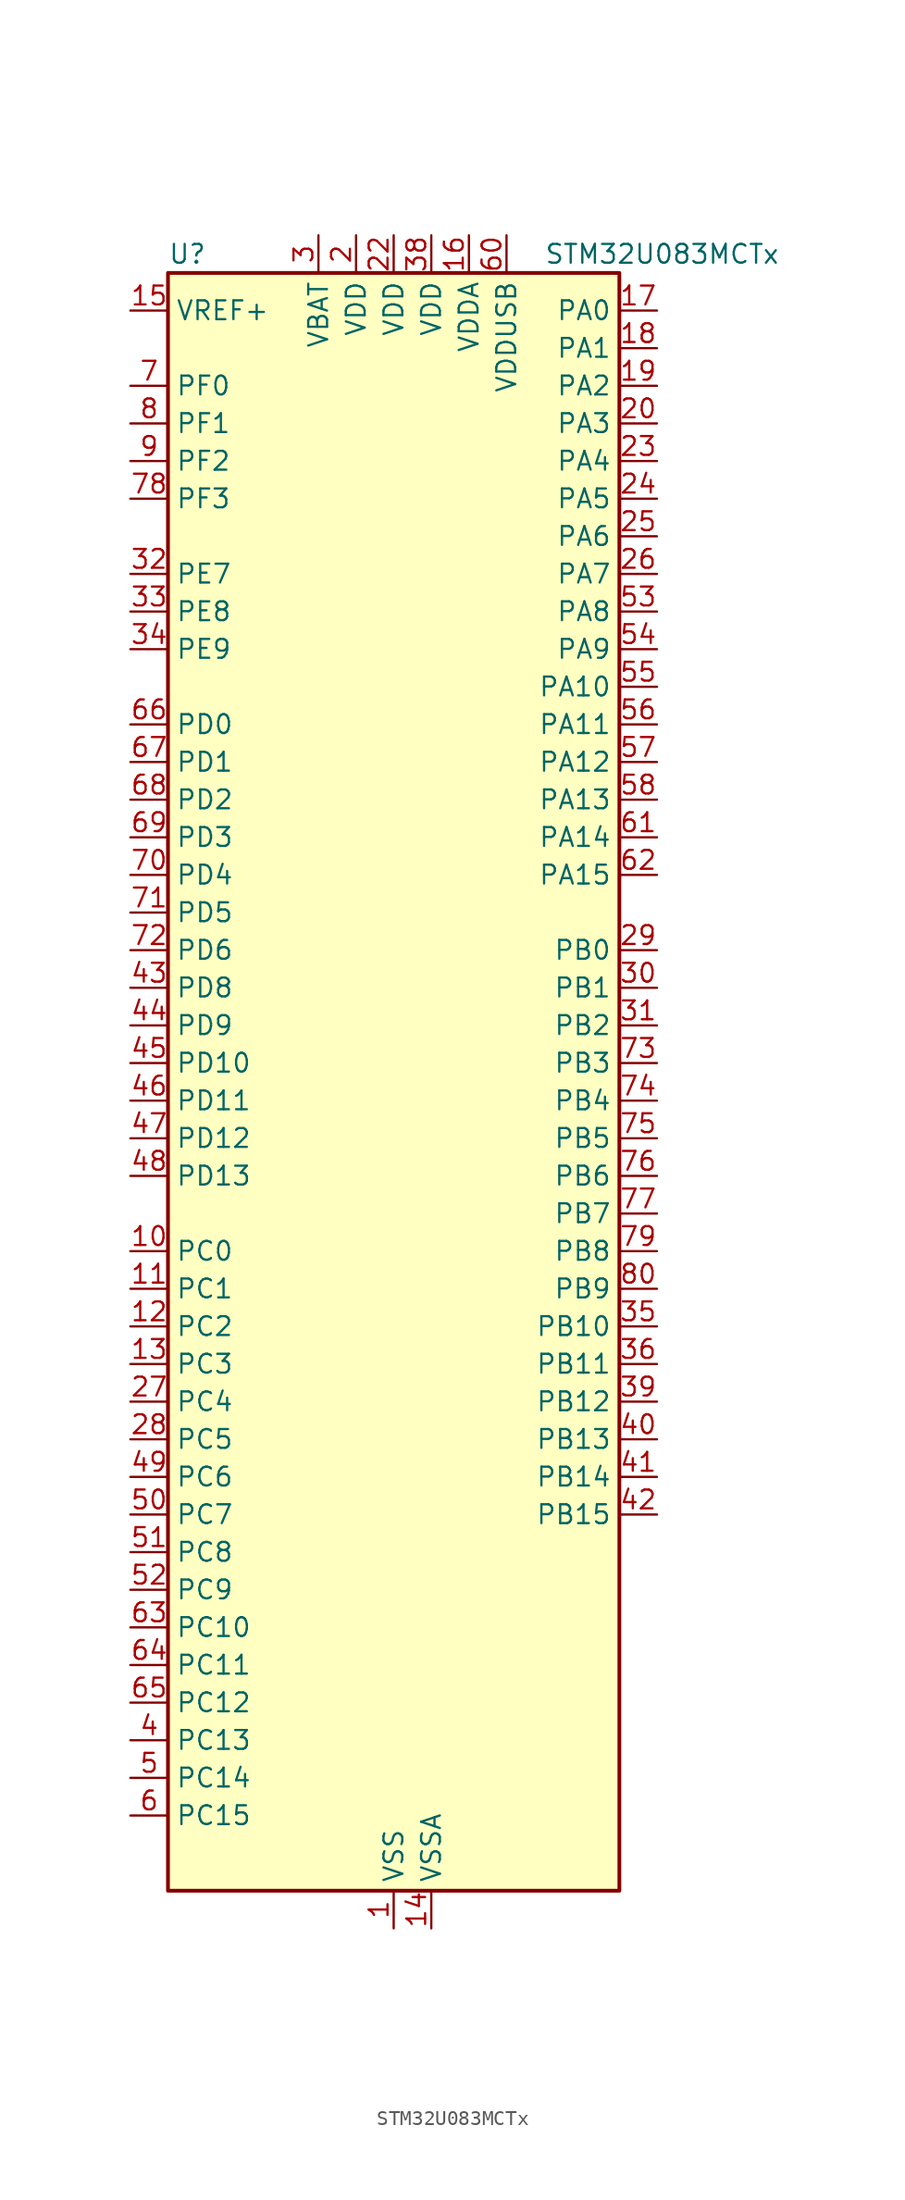
<source format=kicad_sym>
(kicad_symbol_lib
  (version 20231120)
  (generator "kicad_symbol_editor")
  (generator_version "8.99")
  (symbol "STM32U083MCTx"
    (property "Reference" "U"
      (at -15.24 57.15 0)
      (effects (font (size 1.27 1.27)) (justify left)))
    (property "Value" "STM32U083MCTx"
      (at 10.16 57.15 0)
      (effects (font (size 1.27 1.27)) (justify left)))
    (property "ki_locked" ""
      (at 0 0 0)
      (effects (font (size 1.27 1.27))))
    (symbol "STM32U083MCTx_0_1"
      (rectangle (start -15.24 -53.34) (end 15.24 55.88) (stroke (width 0.254) (type default)) (fill (type background))))
    (symbol "STM32U083MCTx_1_1"
      (pin power_in line (at 0 -55.88 90) (length 2.54) (name "VSS" (effects (font (size 1.27 1.27)))) (number "1" (effects (font (size 1.27 1.27)))))
      (pin bidirectional line (at -17.78 -10.16 0) (length 2.54) (name "PC0" (effects (font (size 1.27 1.27)))) (number "10" (effects (font (size 1.27 1.27)))) (alternate "ADC1_IN0" bidirectional line) (alternate "I2C3_SCL" bidirectional line) (alternate "I2C4_SCL" bidirectional line) (alternate "LCD_BIAS1" bidirectional line) (alternate "LCD_SEG18" bidirectional line) (alternate "LPTIM1_IN1" bidirectional line) (alternate "LPTIM2_IN1" bidirectional line) (alternate "LPUART1_RX" bidirectional line) (alternate "LPUART2_TX" bidirectional line))
      (pin bidirectional line (at -17.78 -12.7 0) (length 2.54) (name "PC1" (effects (font (size 1.27 1.27)))) (number "11" (effects (font (size 1.27 1.27)))) (alternate "ADC1_IN1" bidirectional line) (alternate "I2C3_SDA" bidirectional line) (alternate "I2C4_SDA" bidirectional line) (alternate "LCD_BIAS2" bidirectional line) (alternate "LCD_SEG19" bidirectional line) (alternate "LPTIM1_CH1" bidirectional line) (alternate "LPUART1_TX" bidirectional line) (alternate "LPUART2_RX" bidirectional line))
      (pin bidirectional line (at -17.78 -15.24 0) (length 2.54) (name "PC2" (effects (font (size 1.27 1.27)))) (number "12" (effects (font (size 1.27 1.27)))) (alternate "ADC1_IN2" bidirectional line) (alternate "LCD_BIAS3" bidirectional line) (alternate "LCD_SEG20" bidirectional line) (alternate "LPTIM1_IN2" bidirectional line) (alternate "RCC_MCO2" bidirectional line) (alternate "SPI2_MISO" bidirectional line))
      (pin bidirectional line (at -17.78 -17.78 0) (length 2.54) (name "PC3" (effects (font (size 1.27 1.27)))) (number "13" (effects (font (size 1.27 1.27)))) (alternate "ADC1_IN3" bidirectional line) (alternate "LPTIM1_ETR" bidirectional line) (alternate "LPTIM2_ETR" bidirectional line) (alternate "LPTIM3_CH1" bidirectional line) (alternate "SPI2_MOSI" bidirectional line) (alternate "USART4_CK" bidirectional line))
      (pin power_in line (at 2.54 -55.88 90) (length 2.54) (name "VSSA" (effects (font (size 1.27 1.27)))) (number "14" (effects (font (size 1.27 1.27)))))
      (pin input line (at -17.78 53.34 0) (length 2.54) (name "VREF+" (effects (font (size 1.27 1.27)))) (number "15" (effects (font (size 1.27 1.27)))) (alternate "VREFBUF_OUT" bidirectional line))
      (pin power_in line (at 5.08 58.42 270) (length 2.54) (name "VDDA" (effects (font (size 1.27 1.27)))) (number "16" (effects (font (size 1.27 1.27)))))
      (pin bidirectional line (at 17.78 53.34 180) (length 2.54) (name "PA0" (effects (font (size 1.27 1.27)))) (number "17" (effects (font (size 1.27 1.27)))) (alternate "ADC1_IN4" bidirectional line) (alternate "COMP1_INM" bidirectional line) (alternate "COMP1_OUT" bidirectional line) (alternate "LCD_SEG42" bidirectional line) (alternate "OPAMP1_VINP" bidirectional line) (alternate "PWR_WKUP1" bidirectional line) (alternate "TAMP_IN2" bidirectional line) (alternate "TIM2_CH1" bidirectional line) (alternate "TIM2_ETR" bidirectional line) (alternate "USART2_CTS" bidirectional line) (alternate "USART4_TX" bidirectional line))
      (pin bidirectional line (at 17.78 50.8 180) (length 2.54) (name "PA1" (effects (font (size 1.27 1.27)))) (number "18" (effects (font (size 1.27 1.27)))) (alternate "ADC1_IN5" bidirectional line) (alternate "COMP1_INP" bidirectional line) (alternate "LCD_SEG0" bidirectional line) (alternate "LPTIM1_CH2" bidirectional line) (alternate "OPAMP1_VINM" bidirectional line) (alternate "PWR_WKUP3" bidirectional line) (alternate "SPI1_SCK" bidirectional line) (alternate "SPI2_SCK" bidirectional line) (alternate "TAMP_IN5" bidirectional line) (alternate "TIM15_CH1N" bidirectional line) (alternate "TIM2_CH2" bidirectional line) (alternate "USART2_DE" bidirectional line) (alternate "USART2_RTS" bidirectional line) (alternate "USART4_RX" bidirectional line))
      (pin bidirectional line (at 17.78 48.26 180) (length 2.54) (name "PA2" (effects (font (size 1.27 1.27)))) (number "19" (effects (font (size 1.27 1.27)))) (alternate "ADC1_IN6" bidirectional line) (alternate "COMP2_INM" bidirectional line) (alternate "COMP2_OUT" bidirectional line) (alternate "LCD_SEG1" bidirectional line) (alternate "LPUART1_TX" bidirectional line) (alternate "PWR_WKUP4" bidirectional line) (alternate "RCC_LSCO" bidirectional line) (alternate "TIM15_CH1" bidirectional line) (alternate "TIM2_CH3" bidirectional line) (alternate "USART2_TX" bidirectional line))
      (pin power_in line (at -2.54 58.42 270) (length 2.54) (name "VDD" (effects (font (size 1.27 1.27)))) (number "2" (effects (font (size 1.27 1.27)))))
      (pin bidirectional line (at 17.78 45.72 180) (length 2.54) (name "PA3" (effects (font (size 1.27 1.27)))) (number "20" (effects (font (size 1.27 1.27)))) (alternate "ADC1_IN7" bidirectional line) (alternate "COMP2_INP" bidirectional line) (alternate "LCD_SEG2" bidirectional line) (alternate "LPUART1_RX" bidirectional line) (alternate "OPAMP1_VOUT" bidirectional line) (alternate "TIM15_CH2" bidirectional line) (alternate "TIM2_CH4" bidirectional line) (alternate "USART2_RX" bidirectional line))
      (pin passive line (at 0 -55.88 90) (length 2.54) hide (name "VSS" (effects (font (size 1.27 1.27)))) (number "21" (effects (font (size 1.27 1.27)))))
      (pin power_in line (at 0 58.42 270) (length 2.54) (name "VDD" (effects (font (size 1.27 1.27)))) (number "22" (effects (font (size 1.27 1.27)))))
      (pin bidirectional line (at 17.78 43.18 180) (length 2.54) (name "PA4" (effects (font (size 1.27 1.27)))) (number "23" (effects (font (size 1.27 1.27)))) (alternate "ADC1_IN8" bidirectional line) (alternate "COMP1_INM" bidirectional line) (alternate "COMP2_INM" bidirectional line) (alternate "DAC1_OUT1" bidirectional line) (alternate "LCD_SEG43" bidirectional line) (alternate "LPTIM2_CH1" bidirectional line) (alternate "LPUART3_TX" bidirectional line) (alternate "SPI1_NSS" bidirectional line) (alternate "SPI3_NSS" bidirectional line) (alternate "USART2_CK" bidirectional line))
      (pin bidirectional line (at 17.78 40.64 180) (length 2.54) (name "PA5" (effects (font (size 1.27 1.27)))) (number "24" (effects (font (size 1.27 1.27)))) (alternate "ADC1_IN9" bidirectional line) (alternate "COMP1_INM" bidirectional line) (alternate "COMP2_INM" bidirectional line) (alternate "LCD_SEG44" bidirectional line) (alternate "LPTIM2_ETR" bidirectional line) (alternate "LPUART3_RX" bidirectional line) (alternate "SPI1_SCK" bidirectional line) (alternate "TIM2_CH1" bidirectional line) (alternate "TIM2_ETR" bidirectional line) (alternate "USART3_TX" bidirectional line))
      (pin bidirectional line (at 17.78 38.1 180) (length 2.54) (name "PA6" (effects (font (size 1.27 1.27)))) (number "25" (effects (font (size 1.27 1.27)))) (alternate "ADC1_IN10" bidirectional line) (alternate "COMP1_OUT" bidirectional line) (alternate "I2C2_SDA" bidirectional line) (alternate "I2C3_SDA" bidirectional line) (alternate "LCD_SEG3" bidirectional line) (alternate "LPUART1_CTS" bidirectional line) (alternate "SPI1_MISO" bidirectional line) (alternate "TIM16_CH1" bidirectional line) (alternate "TIM1_BKIN" bidirectional line) (alternate "TIM3_CH1" bidirectional line) (alternate "TSC_G5_IO1" bidirectional line) (alternate "USART3_CTS" bidirectional line))
      (pin bidirectional line (at 17.78 35.56 180) (length 2.54) (name "PA7" (effects (font (size 1.27 1.27)))) (number "26" (effects (font (size 1.27 1.27)))) (alternate "ADC1_IN14" bidirectional line) (alternate "COMP2_OUT" bidirectional line) (alternate "I2C2_SCL" bidirectional line) (alternate "I2C3_SCL" bidirectional line) (alternate "LCD_SEG4" bidirectional line) (alternate "LPTIM2_CH2" bidirectional line) (alternate "SPI1_MOSI" bidirectional line) (alternate "TIM1_CH1N" bidirectional line) (alternate "TIM3_CH2" bidirectional line) (alternate "USART3_RX" bidirectional line))
      (pin bidirectional line (at -17.78 -20.32 0) (length 2.54) (name "PC4" (effects (font (size 1.27 1.27)))) (number "27" (effects (font (size 1.27 1.27)))) (alternate "ADC1_IN15" bidirectional line) (alternate "COMP1_INM" bidirectional line) (alternate "LCD_SEG22" bidirectional line) (alternate "LPUART3_TX" bidirectional line) (alternate "USART3_TX" bidirectional line))
      (pin bidirectional line (at -17.78 -22.86 0) (length 2.54) (name "PC5" (effects (font (size 1.27 1.27)))) (number "28" (effects (font (size 1.27 1.27)))) (alternate "ADC1_IN16" bidirectional line) (alternate "COMP1_INP" bidirectional line) (alternate "LCD_SEG23" bidirectional line) (alternate "LPTIM3_CH3" bidirectional line) (alternate "LPUART3_RX" bidirectional line) (alternate "PWR_WKUP5" bidirectional line) (alternate "TAMP_IN4" bidirectional line) (alternate "USART3_RX" bidirectional line))
      (pin bidirectional line (at 17.78 10.16 180) (length 2.54) (name "PB0" (effects (font (size 1.27 1.27)))) (number "29" (effects (font (size 1.27 1.27)))) (alternate "ADC1_IN17" bidirectional line) (alternate "COMP1_OUT" bidirectional line) (alternate "LCD_SEG5" bidirectional line) (alternate "LPTIM3_CH1" bidirectional line) (alternate "LPUART2_CTS" bidirectional line) (alternate "SPI1_NSS" bidirectional line) (alternate "TIM1_CH2N" bidirectional line) (alternate "TIM3_CH3" bidirectional line) (alternate "TSC_G5_IO2" bidirectional line) (alternate "USART3_CK" bidirectional line))
      (pin power_in line (at -5.08 58.42 270) (length 2.54) (name "VBAT" (effects (font (size 1.27 1.27)))) (number "3" (effects (font (size 1.27 1.27)))))
      (pin bidirectional line (at 17.78 7.62 180) (length 2.54) (name "PB1" (effects (font (size 1.27 1.27)))) (number "30" (effects (font (size 1.27 1.27)))) (alternate "ADC1_IN18" bidirectional line) (alternate "COMP1_INM" bidirectional line) (alternate "LCD_SEG6" bidirectional line) (alternate "LPTIM2_IN1" bidirectional line) (alternate "LPTIM3_CH2" bidirectional line) (alternate "LPUART1_DE" bidirectional line) (alternate "LPUART1_RTS" bidirectional line) (alternate "LPUART2_DE" bidirectional line) (alternate "LPUART2_RTS" bidirectional line) (alternate "TIM1_CH3N" bidirectional line) (alternate "TIM3_CH4" bidirectional line) (alternate "TSC_SYNC" bidirectional line) (alternate "USART3_DE" bidirectional line) (alternate "USART3_RTS" bidirectional line))
      (pin bidirectional line (at 17.78 5.08 180) (length 2.54) (name "PB2" (effects (font (size 1.27 1.27)))) (number "31" (effects (font (size 1.27 1.27)))) (alternate "COMP1_INP" bidirectional line) (alternate "LPTIM1_CH1" bidirectional line) (alternate "RTC_OUT2" bidirectional line))
      (pin bidirectional line (at -17.78 35.56 0) (length 2.54) (name "PE7" (effects (font (size 1.27 1.27)))) (number "32" (effects (font (size 1.27 1.27)))) (alternate "LCD_SEG45" bidirectional line) (alternate "TIM1_ETR" bidirectional line))
      (pin bidirectional line (at -17.78 33.02 0) (length 2.54) (name "PE8" (effects (font (size 1.27 1.27)))) (number "33" (effects (font (size 1.27 1.27)))) (alternate "LCD_SEG46" bidirectional line) (alternate "TIM1_CH1N" bidirectional line))
      (pin bidirectional line (at -17.78 30.48 0) (length 2.54) (name "PE9" (effects (font (size 1.27 1.27)))) (number "34" (effects (font (size 1.27 1.27)))) (alternate "DAC1_EXTI9" bidirectional line) (alternate "LCD_SEG47" bidirectional line) (alternate "LPTIM1_CH3" bidirectional line) (alternate "TIM1_CH1" bidirectional line))
      (pin bidirectional line (at 17.78 -15.24 180) (length 2.54) (name "PB10" (effects (font (size 1.27 1.27)))) (number "35" (effects (font (size 1.27 1.27)))) (alternate "COMP1_OUT" bidirectional line) (alternate "I2C2_SCL" bidirectional line) (alternate "I2C4_SCL" bidirectional line) (alternate "LCD_SEG10" bidirectional line) (alternate "LPTIM3_CH1" bidirectional line) (alternate "LPUART1_RX" bidirectional line) (alternate "LPUART2_RX" bidirectional line) (alternate "SPI2_SCK" bidirectional line) (alternate "TIM2_CH3" bidirectional line) (alternate "TSC_G5_IO3" bidirectional line) (alternate "USART3_TX" bidirectional line))
      (pin bidirectional line (at 17.78 -17.78 180) (length 2.54) (name "PB11" (effects (font (size 1.27 1.27)))) (number "36" (effects (font (size 1.27 1.27)))) (alternate "ADC1_EXTI11" bidirectional line) (alternate "COMP2_OUT" bidirectional line) (alternate "I2C2_SDA" bidirectional line) (alternate "I2C4_SDA" bidirectional line) (alternate "LCD_SEG11" bidirectional line) (alternate "LPUART1_TX" bidirectional line) (alternate "LPUART2_TX" bidirectional line) (alternate "TIM2_CH4" bidirectional line) (alternate "TSC_G5_IO4" bidirectional line) (alternate "USART3_RX" bidirectional line))
      (pin passive line (at 0 -55.88 90) (length 2.54) hide (name "VSS" (effects (font (size 1.27 1.27)))) (number "37" (effects (font (size 1.27 1.27)))))
      (pin power_in line (at 2.54 58.42 270) (length 2.54) (name "VDD" (effects (font (size 1.27 1.27)))) (number "38" (effects (font (size 1.27 1.27)))))
      (pin bidirectional line (at 17.78 -20.32 180) (length 2.54) (name "PB12" (effects (font (size 1.27 1.27)))) (number "39" (effects (font (size 1.27 1.27)))) (alternate "LCD_SEG12" bidirectional line) (alternate "LPUART1_DE" bidirectional line) (alternate "LPUART1_RTS" bidirectional line) (alternate "SPI2_NSS" bidirectional line) (alternate "TIM15_BKIN" bidirectional line) (alternate "TIM1_BKIN" bidirectional line) (alternate "TSC_G1_IO1" bidirectional line) (alternate "USART3_CK" bidirectional line))
      (pin bidirectional line (at -17.78 -43.18 0) (length 2.54) (name "PC13" (effects (font (size 1.27 1.27)))) (number "4" (effects (font (size 1.27 1.27)))) (alternate "LPTIM1_CH3" bidirectional line) (alternate "LPTIM3_CH3" bidirectional line) (alternate "PWR_WKUP2" bidirectional line) (alternate "RTC_OUT1" bidirectional line) (alternate "RTC_TS" bidirectional line) (alternate "TAMP_IN1" bidirectional line))
      (pin bidirectional line (at 17.78 -22.86 180) (length 2.54) (name "PB13" (effects (font (size 1.27 1.27)))) (number "40" (effects (font (size 1.27 1.27)))) (alternate "I2C2_SCL" bidirectional line) (alternate "LCD_SEG13" bidirectional line) (alternate "LPTIM3_IN1" bidirectional line) (alternate "LPUART1_CTS" bidirectional line) (alternate "SPI2_SCK" bidirectional line) (alternate "TIM15_CH1N" bidirectional line) (alternate "TIM1_CH1N" bidirectional line) (alternate "TSC_G1_IO2" bidirectional line) (alternate "USART3_CTS" bidirectional line))
      (pin bidirectional line (at 17.78 -25.4 180) (length 2.54) (name "PB14" (effects (font (size 1.27 1.27)))) (number "41" (effects (font (size 1.27 1.27)))) (alternate "I2C2_SDA" bidirectional line) (alternate "LCD_SEG14" bidirectional line) (alternate "LPTIM3_ETR" bidirectional line) (alternate "SPI2_MISO" bidirectional line) (alternate "TIM15_CH1" bidirectional line) (alternate "TIM1_CH2N" bidirectional line) (alternate "TSC_G1_IO3" bidirectional line) (alternate "USART3_DE" bidirectional line) (alternate "USART3_RTS" bidirectional line))
      (pin bidirectional line (at 17.78 -27.94 180) (length 2.54) (name "PB15" (effects (font (size 1.27 1.27)))) (number "42" (effects (font (size 1.27 1.27)))) (alternate "LCD_SEG15" bidirectional line) (alternate "PWR_WKUP7" bidirectional line) (alternate "RTC_REFIN" bidirectional line) (alternate "SPI2_MOSI" bidirectional line) (alternate "TAMP_IN3" bidirectional line) (alternate "TIM15_CH2" bidirectional line) (alternate "TIM1_CH3N" bidirectional line) (alternate "TSC_G1_IO4" bidirectional line))
      (pin bidirectional line (at -17.78 7.62 0) (length 2.54) (name "PD8" (effects (font (size 1.27 1.27)))) (number "43" (effects (font (size 1.27 1.27)))) (alternate "LCD_SEG28" bidirectional line) (alternate "LPUART3_TX" bidirectional line) (alternate "USART3_TX" bidirectional line))
      (pin bidirectional line (at -17.78 5.08 0) (length 2.54) (name "PD9" (effects (font (size 1.27 1.27)))) (number "44" (effects (font (size 1.27 1.27)))) (alternate "DAC1_EXTI9" bidirectional line) (alternate "LCD_SEG29" bidirectional line) (alternate "LPTIM3_IN1" bidirectional line) (alternate "LPUART3_RX" bidirectional line) (alternate "USART3_RX" bidirectional line))
      (pin bidirectional line (at -17.78 2.54 0) (length 2.54) (name "PD10" (effects (font (size 1.27 1.27)))) (number "45" (effects (font (size 1.27 1.27)))) (alternate "COMP2_INP" bidirectional line) (alternate "LCD_SEG30" bidirectional line) (alternate "LPTIM2_CH2" bidirectional line) (alternate "LPTIM3_ETR" bidirectional line) (alternate "TSC_G6_IO1" bidirectional line) (alternate "USART3_CK" bidirectional line))
      (pin bidirectional line (at -17.78 0 0) (length 2.54) (name "PD11" (effects (font (size 1.27 1.27)))) (number "46" (effects (font (size 1.27 1.27)))) (alternate "ADC1_EXTI11" bidirectional line) (alternate "LCD_SEG31" bidirectional line) (alternate "LPTIM2_ETR" bidirectional line) (alternate "LPUART3_CTS" bidirectional line) (alternate "TSC_G6_IO2" bidirectional line) (alternate "USART3_CTS" bidirectional line))
      (pin bidirectional line (at -17.78 -2.54 0) (length 2.54) (name "PD12" (effects (font (size 1.27 1.27)))) (number "47" (effects (font (size 1.27 1.27)))) (alternate "I2C4_SCL" bidirectional line) (alternate "LCD_SEG32" bidirectional line) (alternate "LPTIM2_IN1" bidirectional line) (alternate "LPUART3_DE" bidirectional line) (alternate "LPUART3_RTS" bidirectional line) (alternate "TSC_G6_IO3" bidirectional line) (alternate "USART3_DE" bidirectional line) (alternate "USART3_RTS" bidirectional line))
      (pin bidirectional line (at -17.78 -5.08 0) (length 2.54) (name "PD13" (effects (font (size 1.27 1.27)))) (number "48" (effects (font (size 1.27 1.27)))) (alternate "I2C4_SDA" bidirectional line) (alternate "LCD_SEG33" bidirectional line) (alternate "LPTIM2_CH1" bidirectional line) (alternate "TSC_G6_IO4" bidirectional line))
      (pin bidirectional line (at -17.78 -25.4 0) (length 2.54) (name "PC6" (effects (font (size 1.27 1.27)))) (number "49" (effects (font (size 1.27 1.27)))) (alternate "COMP1_INP" bidirectional line) (alternate "LCD_SEG24" bidirectional line) (alternate "LPUART2_TX" bidirectional line) (alternate "TIM3_CH1" bidirectional line) (alternate "TSC_G4_IO1" bidirectional line))
      (pin bidirectional line (at -17.78 -45.72 0) (length 2.54) (name "PC14" (effects (font (size 1.27 1.27)))) (number "5" (effects (font (size 1.27 1.27)))) (alternate "RCC_OSC32_IN" bidirectional line))
      (pin bidirectional line (at -17.78 -27.94 0) (length 2.54) (name "PC7" (effects (font (size 1.27 1.27)))) (number "50" (effects (font (size 1.27 1.27)))) (alternate "LCD_SEG25" bidirectional line) (alternate "LPTIM2_CH2" bidirectional line) (alternate "LPTIM3_CH4" bidirectional line) (alternate "LPUART2_RX" bidirectional line) (alternate "TIM3_CH2" bidirectional line) (alternate "TSC_G4_IO2" bidirectional line))
      (pin bidirectional line (at -17.78 -30.48 0) (length 2.54) (name "PC8" (effects (font (size 1.27 1.27)))) (number "51" (effects (font (size 1.27 1.27)))) (alternate "LCD_SEG26" bidirectional line) (alternate "LPTIM3_CH1" bidirectional line) (alternate "TIM3_CH3" bidirectional line) (alternate "TSC_G4_IO3" bidirectional line))
      (pin bidirectional line (at -17.78 -33.02 0) (length 2.54) (name "PC9" (effects (font (size 1.27 1.27)))) (number "52" (effects (font (size 1.27 1.27)))) (alternate "DAC1_EXTI9" bidirectional line) (alternate "LCD_SEG27" bidirectional line) (alternate "LPTIM3_CH2" bidirectional line) (alternate "TIM3_CH4" bidirectional line) (alternate "TSC_G4_IO4" bidirectional line) (alternate "USB_NOE" bidirectional line))
      (pin bidirectional line (at 17.78 33.02 180) (length 2.54) (name "PA8" (effects (font (size 1.27 1.27)))) (number "53" (effects (font (size 1.27 1.27)))) (alternate "LCD_COM0" bidirectional line) (alternate "LPTIM2_CH1" bidirectional line) (alternate "RCC_MCO" bidirectional line) (alternate "RCC_MCO2" bidirectional line) (alternate "TIM1_CH1" bidirectional line) (alternate "TSC_G7_IO1" bidirectional line) (alternate "USART1_CK" bidirectional line))
      (pin bidirectional line (at 17.78 30.48 180) (length 2.54) (name "PA9" (effects (font (size 1.27 1.27)))) (number "54" (effects (font (size 1.27 1.27)))) (alternate "COMP1_INP" bidirectional line) (alternate "DAC1_EXTI9" bidirectional line) (alternate "I2C1_SCL" bidirectional line) (alternate "I2C2_SCL" bidirectional line) (alternate "LCD_COM1" bidirectional line) (alternate "RCC_MCO" bidirectional line) (alternate "TIM15_BKIN" bidirectional line) (alternate "TIM1_CH2" bidirectional line) (alternate "TSC_G7_IO2" bidirectional line) (alternate "USART1_TX" bidirectional line))
      (pin bidirectional line (at 17.78 27.94 180) (length 2.54) (name "PA10" (effects (font (size 1.27 1.27)))) (number "55" (effects (font (size 1.27 1.27)))) (alternate "CRS_SYNC" bidirectional line) (alternate "I2C1_SDA" bidirectional line) (alternate "I2C2_SDA" bidirectional line) (alternate "LCD_COM2" bidirectional line) (alternate "RCC_MCO2" bidirectional line) (alternate "SPI2_NSS" bidirectional line) (alternate "TIM1_CH3" bidirectional line) (alternate "TSC_G7_IO3" bidirectional line) (alternate "USART1_RX" bidirectional line))
      (pin bidirectional line (at 17.78 25.4 180) (length 2.54) (name "PA11" (effects (font (size 1.27 1.27)))) (number "56" (effects (font (size 1.27 1.27)))) (alternate "ADC1_EXTI11" bidirectional line) (alternate "COMP1_OUT" bidirectional line) (alternate "SPI1_MISO" bidirectional line) (alternate "SPI2_MISO" bidirectional line) (alternate "TIM1_BKIN2" bidirectional line) (alternate "TIM1_CH4" bidirectional line) (alternate "USART1_CTS" bidirectional line) (alternate "USB_DM" bidirectional line))
      (pin bidirectional line (at 17.78 22.86 180) (length 2.54) (name "PA12" (effects (font (size 1.27 1.27)))) (number "57" (effects (font (size 1.27 1.27)))) (alternate "SPI1_MOSI" bidirectional line) (alternate "SPI2_MOSI" bidirectional line) (alternate "TIM1_ETR" bidirectional line) (alternate "USART1_DE" bidirectional line) (alternate "USART1_RTS" bidirectional line) (alternate "USB_DP" bidirectional line))
      (pin bidirectional line (at 17.78 20.32 180) (length 2.54) (name "PA13" (effects (font (size 1.27 1.27)))) (number "58" (effects (font (size 1.27 1.27)))) (alternate "DEBUG_JTMS-SWDIO" bidirectional line) (alternate "IR_OUT" bidirectional line) (alternate "LCD_SEG40" bidirectional line) (alternate "TSC_G7_IO4" bidirectional line) (alternate "USB_NOE" bidirectional line))
      (pin passive line (at 0 -55.88 90) (length 2.54) hide (name "VSS" (effects (font (size 1.27 1.27)))) (number "59" (effects (font (size 1.27 1.27)))))
      (pin bidirectional line (at -17.78 -48.26 0) (length 2.54) (name "PC15" (effects (font (size 1.27 1.27)))) (number "6" (effects (font (size 1.27 1.27)))) (alternate "RCC_OSC32_EN" bidirectional line) (alternate "RCC_OSC32_OUT" bidirectional line) (alternate "RCC_OSC_EN" bidirectional line))
      (pin power_in line (at 7.62 58.42 270) (length 2.54) (name "VDDUSB" (effects (font (size 1.27 1.27)))) (number "60" (effects (font (size 1.27 1.27)))))
      (pin bidirectional line (at 17.78 17.78 180) (length 2.54) (name "PA14" (effects (font (size 1.27 1.27)))) (number "61" (effects (font (size 1.27 1.27)))) (alternate "DEBUG_JTCK-SWCLK" bidirectional line) (alternate "LCD_SEG41" bidirectional line) (alternate "LPTIM1_CH1" bidirectional line) (alternate "TSC_G3_IO4" bidirectional line))
      (pin bidirectional line (at 17.78 15.24 180) (length 2.54) (name "PA15" (effects (font (size 1.27 1.27)))) (number "62" (effects (font (size 1.27 1.27)))) (alternate "DEBUG_JTDI" bidirectional line) (alternate "LCD_SEG17" bidirectional line) (alternate "LPTIM3_CH3" bidirectional line) (alternate "LPTIM3_IN2" bidirectional line) (alternate "SPI1_NSS" bidirectional line) (alternate "SPI3_NSS" bidirectional line) (alternate "TIM2_CH1" bidirectional line) (alternate "TIM2_ETR" bidirectional line) (alternate "TSC_G3_IO1" bidirectional line) (alternate "USART2_RX" bidirectional line) (alternate "USART3_DE" bidirectional line) (alternate "USART3_RTS" bidirectional line) (alternate "USART4_DE" bidirectional line) (alternate "USART4_RTS" bidirectional line))
      (pin bidirectional line (at -17.78 -35.56 0) (length 2.54) (name "PC10" (effects (font (size 1.27 1.27)))) (number "63" (effects (font (size 1.27 1.27)))) (alternate "LCD_COM4" bidirectional line) (alternate "LCD_SEG28" bidirectional line) (alternate "LCD_SEG48" bidirectional line) (alternate "LPTIM3_ETR" bidirectional line) (alternate "SPI3_SCK" bidirectional line) (alternate "TSC_G3_IO2" bidirectional line) (alternate "USART3_TX" bidirectional line) (alternate "USART4_TX" bidirectional line))
      (pin bidirectional line (at -17.78 -38.1 0) (length 2.54) (name "PC11" (effects (font (size 1.27 1.27)))) (number "64" (effects (font (size 1.27 1.27)))) (alternate "ADC1_EXTI11" bidirectional line) (alternate "LCD_COM5" bidirectional line) (alternate "LCD_SEG29" bidirectional line) (alternate "LCD_SEG49" bidirectional line) (alternate "LPTIM3_IN1" bidirectional line) (alternate "SPI3_MISO" bidirectional line) (alternate "TSC_G3_IO3" bidirectional line) (alternate "USART3_RX" bidirectional line) (alternate "USART4_RX" bidirectional line))
      (pin bidirectional line (at -17.78 -40.64 0) (length 2.54) (name "PC12" (effects (font (size 1.27 1.27)))) (number "65" (effects (font (size 1.27 1.27)))) (alternate "LCD_COM6" bidirectional line) (alternate "LCD_SEG30" bidirectional line) (alternate "LCD_SEG50" bidirectional line) (alternate "LPTIM3_CH3" bidirectional line) (alternate "SPI3_MOSI" bidirectional line) (alternate "USART3_CK" bidirectional line) (alternate "USART4_CK" bidirectional line))
      (pin bidirectional line (at -17.78 25.4 0) (length 2.54) (name "PD0" (effects (font (size 1.27 1.27)))) (number "66" (effects (font (size 1.27 1.27)))) (alternate "LCD_SEG34" bidirectional line) (alternate "SPI2_NSS" bidirectional line))
      (pin bidirectional line (at -17.78 22.86 0) (length 2.54) (name "PD1" (effects (font (size 1.27 1.27)))) (number "67" (effects (font (size 1.27 1.27)))) (alternate "LCD_SEG35" bidirectional line) (alternate "LPTIM1_CH4" bidirectional line) (alternate "SPI2_SCK" bidirectional line))
      (pin bidirectional line (at -17.78 20.32 0) (length 2.54) (name "PD2" (effects (font (size 1.27 1.27)))) (number "68" (effects (font (size 1.27 1.27)))) (alternate "LCD_COM7" bidirectional line) (alternate "LCD_SEG31" bidirectional line) (alternate "LCD_SEG51" bidirectional line) (alternate "TIM3_ETR" bidirectional line) (alternate "TSC_SYNC" bidirectional line) (alternate "USART3_DE" bidirectional line) (alternate "USART3_RTS" bidirectional line))
      (pin bidirectional line (at -17.78 17.78 0) (length 2.54) (name "PD3" (effects (font (size 1.27 1.27)))) (number "69" (effects (font (size 1.27 1.27)))) (alternate "LCD_SEG36" bidirectional line) (alternate "SPI2_MISO" bidirectional line) (alternate "USART2_CTS" bidirectional line))
      (pin bidirectional line (at -17.78 48.26 0) (length 2.54) (name "PF0" (effects (font (size 1.27 1.27)))) (number "7" (effects (font (size 1.27 1.27)))) (alternate "RCC_OSC_IN" bidirectional line))
      (pin bidirectional line (at -17.78 15.24 0) (length 2.54) (name "PD4" (effects (font (size 1.27 1.27)))) (number "70" (effects (font (size 1.27 1.27)))) (alternate "LCD_SEG37" bidirectional line) (alternate "LPTIM1_CH3" bidirectional line) (alternate "SPI2_MOSI" bidirectional line) (alternate "USART2_DE" bidirectional line) (alternate "USART2_RTS" bidirectional line))
      (pin bidirectional line (at -17.78 12.7 0) (length 2.54) (name "PD5" (effects (font (size 1.27 1.27)))) (number "71" (effects (font (size 1.27 1.27)))) (alternate "LCD_SEG38" bidirectional line) (alternate "USART2_TX" bidirectional line))
      (pin bidirectional line (at -17.78 10.16 0) (length 2.54) (name "PD6" (effects (font (size 1.27 1.27)))) (number "72" (effects (font (size 1.27 1.27)))) (alternate "LCD_SEG39" bidirectional line) (alternate "USART2_RX" bidirectional line))
      (pin bidirectional line (at 17.78 2.54 180) (length 2.54) (name "PB3" (effects (font (size 1.27 1.27)))) (number "73" (effects (font (size 1.27 1.27)))) (alternate "COMP2_INM" bidirectional line) (alternate "DEBUG_JTDO-SWO" bidirectional line) (alternate "I2C2_SCL" bidirectional line) (alternate "I2C3_SCL" bidirectional line) (alternate "LCD_SEG7" bidirectional line) (alternate "LPTIM1_CH3" bidirectional line) (alternate "SPI1_SCK" bidirectional line) (alternate "SPI3_SCK" bidirectional line) (alternate "TIM2_CH2" bidirectional line) (alternate "USART1_DE" bidirectional line) (alternate "USART1_RTS" bidirectional line))
      (pin bidirectional line (at 17.78 0 180) (length 2.54) (name "PB4" (effects (font (size 1.27 1.27)))) (number "74" (effects (font (size 1.27 1.27)))) (alternate "COMP2_INP" bidirectional line) (alternate "I2C2_SDA" bidirectional line) (alternate "I2C3_SDA" bidirectional line) (alternate "LCD_SEG8" bidirectional line) (alternate "LPTIM1_CH4" bidirectional line) (alternate "LPUART3_DE" bidirectional line) (alternate "LPUART3_RTS" bidirectional line) (alternate "SPI1_MISO" bidirectional line) (alternate "SPI3_MISO" bidirectional line) (alternate "TIM3_CH1" bidirectional line) (alternate "TSC_G2_IO1" bidirectional line) (alternate "USART1_CTS" bidirectional line))
      (pin bidirectional line (at 17.78 -2.54 180) (length 2.54) (name "PB5" (effects (font (size 1.27 1.27)))) (number "75" (effects (font (size 1.27 1.27)))) (alternate "COMP2_OUT" bidirectional line) (alternate "LCD_SEG9" bidirectional line) (alternate "LPTIM1_IN1" bidirectional line) (alternate "LPUART3_CTS" bidirectional line) (alternate "SPI1_MOSI" bidirectional line) (alternate "SPI3_MOSI" bidirectional line) (alternate "TIM16_BKIN" bidirectional line) (alternate "TIM3_CH2" bidirectional line) (alternate "TSC_G2_IO2" bidirectional line) (alternate "USART1_CK" bidirectional line))
      (pin bidirectional line (at 17.78 -5.08 180) (length 2.54) (name "PB6" (effects (font (size 1.27 1.27)))) (number "76" (effects (font (size 1.27 1.27)))) (alternate "COMP2_INP" bidirectional line) (alternate "I2C1_SCL" bidirectional line) (alternate "I2C2_SCL" bidirectional line) (alternate "I2C4_SCL" bidirectional line) (alternate "LPTIM1_ETR" bidirectional line) (alternate "LPUART2_TX" bidirectional line) (alternate "LPUART3_TX" bidirectional line) (alternate "TIM16_CH1N" bidirectional line) (alternate "TSC_G2_IO3" bidirectional line) (alternate "USART1_TX" bidirectional line))
      (pin bidirectional line (at 17.78 -7.62 180) (length 2.54) (name "PB7" (effects (font (size 1.27 1.27)))) (number "77" (effects (font (size 1.27 1.27)))) (alternate "COMP2_INM" bidirectional line) (alternate "I2C1_SDA" bidirectional line) (alternate "I2C2_SDA" bidirectional line) (alternate "I2C4_SDA" bidirectional line) (alternate "LCD_SEG21" bidirectional line) (alternate "LPTIM1_IN2" bidirectional line) (alternate "LPUART2_RX" bidirectional line) (alternate "LPUART3_RX" bidirectional line) (alternate "PWR_PVD_IN" bidirectional line) (alternate "TSC_G2_IO4" bidirectional line) (alternate "USART1_RX" bidirectional line) (alternate "USART4_CTS" bidirectional line))
      (pin bidirectional line (at -17.78 40.64 0) (length 2.54) (name "PF3" (effects (font (size 1.27 1.27)))) (number "78" (effects (font (size 1.27 1.27)))))
      (pin bidirectional line (at 17.78 -10.16 180) (length 2.54) (name "PB8" (effects (font (size 1.27 1.27)))) (number "79" (effects (font (size 1.27 1.27)))) (alternate "I2C1_SCL" bidirectional line) (alternate "I2C2_SCL" bidirectional line) (alternate "LCD_SEG16" bidirectional line) (alternate "LPTIM1_IN2" bidirectional line) (alternate "LPTIM3_IN2" bidirectional line) (alternate "TIM16_CH1" bidirectional line) (alternate "USART3_TX" bidirectional line))
      (pin bidirectional line (at -17.78 45.72 0) (length 2.54) (name "PF1" (effects (font (size 1.27 1.27)))) (number "8" (effects (font (size 1.27 1.27)))) (alternate "RCC_OSC_EN" bidirectional line) (alternate "RCC_OSC_OUT" bidirectional line))
      (pin bidirectional line (at 17.78 -12.7 180) (length 2.54) (name "PB9" (effects (font (size 1.27 1.27)))) (number "80" (effects (font (size 1.27 1.27)))) (alternate "DAC1_EXTI9" bidirectional line) (alternate "I2C1_SDA" bidirectional line) (alternate "I2C2_SDA" bidirectional line) (alternate "IR_OUT" bidirectional line) (alternate "LCD_COM3" bidirectional line) (alternate "LPTIM1_CH4" bidirectional line) (alternate "LPTIM3_CH4" bidirectional line) (alternate "SPI2_NSS" bidirectional line) (alternate "USART3_RX" bidirectional line))
      (pin bidirectional line (at -17.78 43.18 0) (length 2.54) (name "PF2" (effects (font (size 1.27 1.27)))) (number "9" (effects (font (size 1.27 1.27)))) (alternate "RCC_MCO" bidirectional line)))))
</source>
